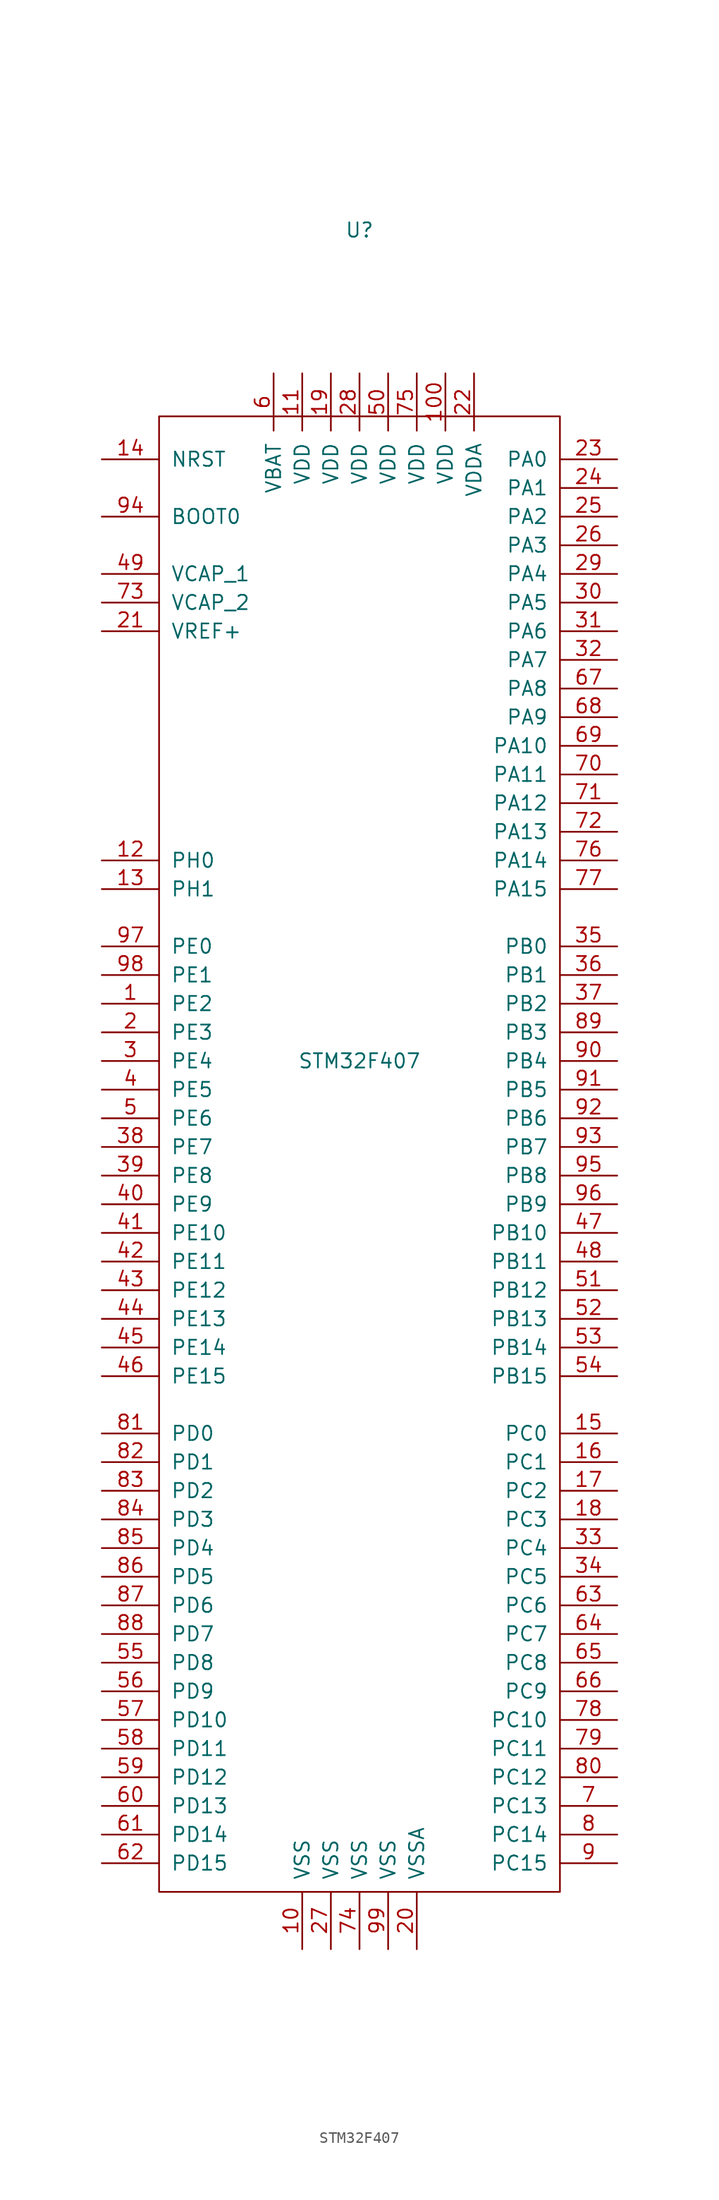
<source format=kicad_sym>
(kicad_symbol_lib
  (version 20211014)
  (generator kicad_symbol_editor)
  (symbol "STM32F407"
    (pin_names
      (offset 1.016))
    (property "Reference" "U"
      (at 0 -2.54 0)
      (effects (font (size 1.27 1.27))))
    (property "Value" "STM32F407"
      (at 0 -76.2 0)
      (effects (font (size 1.27 1.27))))
    (symbol "STM32F407_0_1"
      (rectangle (start -17.78 -19.05) (end 17.78 -149.86) (stroke (width 0) (type default) (color 0 0 0 0)) (fill (type none))))
    (symbol "STM32F407_1_1"
      (pin bidirectional line (at -22.86 -71.12 0) (length 5.08) (name "PE2" (effects (font (size 1.27 1.27)))) (number "1" (effects (font (size 1.27 1.27)))))
      (pin power_in line (at -5.08 -154.94 90) (length 5.08) (name "VSS" (effects (font (size 1.27 1.27)))) (number "10" (effects (font (size 1.27 1.27)))))
      (pin power_in line (at 7.62 -15.24 270) (length 5.08) (name "VDD" (effects (font (size 1.27 1.27)))) (number "100" (effects (font (size 1.27 1.27)))))
      (pin power_in line (at -5.08 -15.24 270) (length 5.08) (name "VDD" (effects (font (size 1.27 1.27)))) (number "11" (effects (font (size 1.27 1.27)))))
      (pin input line (at -22.86 -58.42 0) (length 5.08) (name "PH0" (effects (font (size 1.27 1.27)))) (number "12" (effects (font (size 1.27 1.27)))))
      (pin input line (at -22.86 -60.96 0) (length 5.08) (name "PH1" (effects (font (size 1.27 1.27)))) (number "13" (effects (font (size 1.27 1.27)))))
      (pin input line (at -22.86 -22.86 0) (length 5.08) (name "NRST" (effects (font (size 1.27 1.27)))) (number "14" (effects (font (size 1.27 1.27)))))
      (pin bidirectional line (at 22.86 -109.22 180) (length 5.08) (name "PC0" (effects (font (size 1.27 1.27)))) (number "15" (effects (font (size 1.27 1.27)))))
      (pin bidirectional line (at 22.86 -111.76 180) (length 5.08) (name "PC1" (effects (font (size 1.27 1.27)))) (number "16" (effects (font (size 1.27 1.27)))))
      (pin bidirectional line (at 22.86 -114.3 180) (length 5.08) (name "PC2" (effects (font (size 1.27 1.27)))) (number "17" (effects (font (size 1.27 1.27)))))
      (pin bidirectional line (at 22.86 -116.84 180) (length 5.08) (name "PC3" (effects (font (size 1.27 1.27)))) (number "18" (effects (font (size 1.27 1.27)))))
      (pin power_in line (at -2.54 -15.24 270) (length 5.08) (name "VDD" (effects (font (size 1.27 1.27)))) (number "19" (effects (font (size 1.27 1.27)))))
      (pin bidirectional line (at -22.86 -73.66 0) (length 5.08) (name "PE3" (effects (font (size 1.27 1.27)))) (number "2" (effects (font (size 1.27 1.27)))))
      (pin power_in line (at 5.08 -154.94 90) (length 5.08) (name "VSSA" (effects (font (size 1.27 1.27)))) (number "20" (effects (font (size 1.27 1.27)))))
      (pin power_in line (at -22.86 -38.1 0) (length 5.08) (name "VREF+" (effects (font (size 1.27 1.27)))) (number "21" (effects (font (size 1.27 1.27)))))
      (pin power_in line (at 10.16 -15.24 270) (length 5.08) (name "VDDA" (effects (font (size 1.27 1.27)))) (number "22" (effects (font (size 1.27 1.27)))))
      (pin bidirectional line (at 22.86 -22.86 180) (length 5.08) (name "PA0" (effects (font (size 1.27 1.27)))) (number "23" (effects (font (size 1.27 1.27)))))
      (pin bidirectional line (at 22.86 -25.4 180) (length 5.08) (name "PA1" (effects (font (size 1.27 1.27)))) (number "24" (effects (font (size 1.27 1.27)))))
      (pin bidirectional line (at 22.86 -27.94 180) (length 5.08) (name "PA2" (effects (font (size 1.27 1.27)))) (number "25" (effects (font (size 1.27 1.27)))))
      (pin bidirectional line (at 22.86 -30.48 180) (length 5.08) (name "PA3" (effects (font (size 1.27 1.27)))) (number "26" (effects (font (size 1.27 1.27)))))
      (pin power_in line (at -2.54 -154.94 90) (length 5.08) (name "VSS" (effects (font (size 1.27 1.27)))) (number "27" (effects (font (size 1.27 1.27)))))
      (pin power_in line (at 0 -15.24 270) (length 5.08) (name "VDD" (effects (font (size 1.27 1.27)))) (number "28" (effects (font (size 1.27 1.27)))))
      (pin bidirectional line (at 22.86 -33.02 180) (length 5.08) (name "PA4" (effects (font (size 1.27 1.27)))) (number "29" (effects (font (size 1.27 1.27)))))
      (pin bidirectional line (at -22.86 -76.2 0) (length 5.08) (name "PE4" (effects (font (size 1.27 1.27)))) (number "3" (effects (font (size 1.27 1.27)))))
      (pin bidirectional line (at 22.86 -35.56 180) (length 5.08) (name "PA5" (effects (font (size 1.27 1.27)))) (number "30" (effects (font (size 1.27 1.27)))))
      (pin bidirectional line (at 22.86 -38.1 180) (length 5.08) (name "PA6" (effects (font (size 1.27 1.27)))) (number "31" (effects (font (size 1.27 1.27)))))
      (pin bidirectional line (at 22.86 -40.64 180) (length 5.08) (name "PA7" (effects (font (size 1.27 1.27)))) (number "32" (effects (font (size 1.27 1.27)))))
      (pin bidirectional line (at 22.86 -119.38 180) (length 5.08) (name "PC4" (effects (font (size 1.27 1.27)))) (number "33" (effects (font (size 1.27 1.27)))))
      (pin bidirectional line (at 22.86 -121.92 180) (length 5.08) (name "PC5" (effects (font (size 1.27 1.27)))) (number "34" (effects (font (size 1.27 1.27)))))
      (pin bidirectional line (at 22.86 -66.04 180) (length 5.08) (name "PB0" (effects (font (size 1.27 1.27)))) (number "35" (effects (font (size 1.27 1.27)))))
      (pin bidirectional line (at 22.86 -68.58 180) (length 5.08) (name "PB1" (effects (font (size 1.27 1.27)))) (number "36" (effects (font (size 1.27 1.27)))))
      (pin bidirectional line (at 22.86 -71.12 180) (length 5.08) (name "PB2" (effects (font (size 1.27 1.27)))) (number "37" (effects (font (size 1.27 1.27)))))
      (pin bidirectional line (at -22.86 -83.82 0) (length 5.08) (name "PE7" (effects (font (size 1.27 1.27)))) (number "38" (effects (font (size 1.27 1.27)))))
      (pin bidirectional line (at -22.86 -86.36 0) (length 5.08) (name "PE8" (effects (font (size 1.27 1.27)))) (number "39" (effects (font (size 1.27 1.27)))))
      (pin bidirectional line (at -22.86 -78.74 0) (length 5.08) (name "PE5" (effects (font (size 1.27 1.27)))) (number "4" (effects (font (size 1.27 1.27)))))
      (pin bidirectional line (at -22.86 -88.9 0) (length 5.08) (name "PE9" (effects (font (size 1.27 1.27)))) (number "40" (effects (font (size 1.27 1.27)))))
      (pin bidirectional line (at -22.86 -91.44 0) (length 5.08) (name "PE10" (effects (font (size 1.27 1.27)))) (number "41" (effects (font (size 1.27 1.27)))))
      (pin bidirectional line (at -22.86 -93.98 0) (length 5.08) (name "PE11" (effects (font (size 1.27 1.27)))) (number "42" (effects (font (size 1.27 1.27)))))
      (pin bidirectional line (at -22.86 -96.52 0) (length 5.08) (name "PE12" (effects (font (size 1.27 1.27)))) (number "43" (effects (font (size 1.27 1.27)))))
      (pin bidirectional line (at -22.86 -99.06 0) (length 5.08) (name "PE13" (effects (font (size 1.27 1.27)))) (number "44" (effects (font (size 1.27 1.27)))))
      (pin bidirectional line (at -22.86 -101.6 0) (length 5.08) (name "PE14" (effects (font (size 1.27 1.27)))) (number "45" (effects (font (size 1.27 1.27)))))
      (pin bidirectional line (at -22.86 -104.14 0) (length 5.08) (name "PE15" (effects (font (size 1.27 1.27)))) (number "46" (effects (font (size 1.27 1.27)))))
      (pin bidirectional line (at 22.86 -91.44 180) (length 5.08) (name "PB10" (effects (font (size 1.27 1.27)))) (number "47" (effects (font (size 1.27 1.27)))))
      (pin bidirectional line (at 22.86 -93.98 180) (length 5.08) (name "PB11" (effects (font (size 1.27 1.27)))) (number "48" (effects (font (size 1.27 1.27)))))
      (pin power_in line (at -22.86 -33.02 0) (length 5.08) (name "VCAP_1" (effects (font (size 1.27 1.27)))) (number "49" (effects (font (size 1.27 1.27)))))
      (pin bidirectional line (at -22.86 -81.28 0) (length 5.08) (name "PE6" (effects (font (size 1.27 1.27)))) (number "5" (effects (font (size 1.27 1.27)))))
      (pin power_in line (at 2.54 -15.24 270) (length 5.08) (name "VDD" (effects (font (size 1.27 1.27)))) (number "50" (effects (font (size 1.27 1.27)))))
      (pin bidirectional line (at 22.86 -96.52 180) (length 5.08) (name "PB12" (effects (font (size 1.27 1.27)))) (number "51" (effects (font (size 1.27 1.27)))))
      (pin bidirectional line (at 22.86 -99.06 180) (length 5.08) (name "PB13" (effects (font (size 1.27 1.27)))) (number "52" (effects (font (size 1.27 1.27)))))
      (pin bidirectional line (at 22.86 -101.6 180) (length 5.08) (name "PB14" (effects (font (size 1.27 1.27)))) (number "53" (effects (font (size 1.27 1.27)))))
      (pin bidirectional line (at 22.86 -104.14 180) (length 5.08) (name "PB15" (effects (font (size 1.27 1.27)))) (number "54" (effects (font (size 1.27 1.27)))))
      (pin bidirectional line (at -22.86 -129.54 0) (length 5.08) (name "PD8" (effects (font (size 1.27 1.27)))) (number "55" (effects (font (size 1.27 1.27)))))
      (pin bidirectional line (at -22.86 -132.08 0) (length 5.08) (name "PD9" (effects (font (size 1.27 1.27)))) (number "56" (effects (font (size 1.27 1.27)))))
      (pin bidirectional line (at -22.86 -134.62 0) (length 5.08) (name "PD10" (effects (font (size 1.27 1.27)))) (number "57" (effects (font (size 1.27 1.27)))))
      (pin bidirectional line (at -22.86 -137.16 0) (length 5.08) (name "PD11" (effects (font (size 1.27 1.27)))) (number "58" (effects (font (size 1.27 1.27)))))
      (pin bidirectional line (at -22.86 -139.7 0) (length 5.08) (name "PD12" (effects (font (size 1.27 1.27)))) (number "59" (effects (font (size 1.27 1.27)))))
      (pin power_in line (at -7.62 -15.24 270) (length 5.08) (name "VBAT" (effects (font (size 1.27 1.27)))) (number "6" (effects (font (size 1.27 1.27)))))
      (pin bidirectional line (at -22.86 -142.24 0) (length 5.08) (name "PD13" (effects (font (size 1.27 1.27)))) (number "60" (effects (font (size 1.27 1.27)))))
      (pin bidirectional line (at -22.86 -144.78 0) (length 5.08) (name "PD14" (effects (font (size 1.27 1.27)))) (number "61" (effects (font (size 1.27 1.27)))))
      (pin bidirectional line (at -22.86 -147.32 0) (length 5.08) (name "PD15" (effects (font (size 1.27 1.27)))) (number "62" (effects (font (size 1.27 1.27)))))
      (pin bidirectional line (at 22.86 -124.46 180) (length 5.08) (name "PC6" (effects (font (size 1.27 1.27)))) (number "63" (effects (font (size 1.27 1.27)))))
      (pin bidirectional line (at 22.86 -127 180) (length 5.08) (name "PC7" (effects (font (size 1.27 1.27)))) (number "64" (effects (font (size 1.27 1.27)))))
      (pin bidirectional line (at 22.86 -129.54 180) (length 5.08) (name "PC8" (effects (font (size 1.27 1.27)))) (number "65" (effects (font (size 1.27 1.27)))))
      (pin bidirectional line (at 22.86 -132.08 180) (length 5.08) (name "PC9" (effects (font (size 1.27 1.27)))) (number "66" (effects (font (size 1.27 1.27)))))
      (pin bidirectional line (at 22.86 -43.18 180) (length 5.08) (name "PA8" (effects (font (size 1.27 1.27)))) (number "67" (effects (font (size 1.27 1.27)))))
      (pin bidirectional line (at 22.86 -45.72 180) (length 5.08) (name "PA9" (effects (font (size 1.27 1.27)))) (number "68" (effects (font (size 1.27 1.27)))))
      (pin bidirectional line (at 22.86 -48.26 180) (length 5.08) (name "PA10" (effects (font (size 1.27 1.27)))) (number "69" (effects (font (size 1.27 1.27)))))
      (pin bidirectional line (at 22.86 -142.24 180) (length 5.08) (name "PC13" (effects (font (size 1.27 1.27)))) (number "7" (effects (font (size 1.27 1.27)))))
      (pin bidirectional line (at 22.86 -50.8 180) (length 5.08) (name "PA11" (effects (font (size 1.27 1.27)))) (number "70" (effects (font (size 1.27 1.27)))))
      (pin bidirectional line (at 22.86 -53.34 180) (length 5.08) (name "PA12" (effects (font (size 1.27 1.27)))) (number "71" (effects (font (size 1.27 1.27)))))
      (pin bidirectional line (at 22.86 -55.88 180) (length 5.08) (name "PA13" (effects (font (size 1.27 1.27)))) (number "72" (effects (font (size 1.27 1.27)))))
      (pin power_in line (at -22.86 -35.56 0) (length 5.08) (name "VCAP_2" (effects (font (size 1.27 1.27)))) (number "73" (effects (font (size 1.27 1.27)))))
      (pin power_in line (at 0 -154.94 90) (length 5.08) (name "VSS" (effects (font (size 1.27 1.27)))) (number "74" (effects (font (size 1.27 1.27)))))
      (pin power_in line (at 5.08 -15.24 270) (length 5.08) (name "VDD" (effects (font (size 1.27 1.27)))) (number "75" (effects (font (size 1.27 1.27)))))
      (pin bidirectional line (at 22.86 -58.42 180) (length 5.08) (name "PA14" (effects (font (size 1.27 1.27)))) (number "76" (effects (font (size 1.27 1.27)))))
      (pin bidirectional line (at 22.86 -60.96 180) (length 5.08) (name "PA15" (effects (font (size 1.27 1.27)))) (number "77" (effects (font (size 1.27 1.27)))))
      (pin bidirectional line (at 22.86 -134.62 180) (length 5.08) (name "PC10" (effects (font (size 1.27 1.27)))) (number "78" (effects (font (size 1.27 1.27)))))
      (pin bidirectional line (at 22.86 -137.16 180) (length 5.08) (name "PC11" (effects (font (size 1.27 1.27)))) (number "79" (effects (font (size 1.27 1.27)))))
      (pin bidirectional line (at 22.86 -144.78 180) (length 5.08) (name "PC14" (effects (font (size 1.27 1.27)))) (number "8" (effects (font (size 1.27 1.27)))))
      (pin bidirectional line (at 22.86 -139.7 180) (length 5.08) (name "PC12" (effects (font (size 1.27 1.27)))) (number "80" (effects (font (size 1.27 1.27)))))
      (pin bidirectional line (at -22.86 -109.22 0) (length 5.08) (name "PD0" (effects (font (size 1.27 1.27)))) (number "81" (effects (font (size 1.27 1.27)))))
      (pin bidirectional line (at -22.86 -111.76 0) (length 5.08) (name "PD1" (effects (font (size 1.27 1.27)))) (number "82" (effects (font (size 1.27 1.27)))))
      (pin bidirectional line (at -22.86 -114.3 0) (length 5.08) (name "PD2" (effects (font (size 1.27 1.27)))) (number "83" (effects (font (size 1.27 1.27)))))
      (pin bidirectional line (at -22.86 -116.84 0) (length 5.08) (name "PD3" (effects (font (size 1.27 1.27)))) (number "84" (effects (font (size 1.27 1.27)))))
      (pin bidirectional line (at -22.86 -119.38 0) (length 5.08) (name "PD4" (effects (font (size 1.27 1.27)))) (number "85" (effects (font (size 1.27 1.27)))))
      (pin bidirectional line (at -22.86 -121.92 0) (length 5.08) (name "PD5" (effects (font (size 1.27 1.27)))) (number "86" (effects (font (size 1.27 1.27)))))
      (pin bidirectional line (at -22.86 -124.46 0) (length 5.08) (name "PD6" (effects (font (size 1.27 1.27)))) (number "87" (effects (font (size 1.27 1.27)))))
      (pin bidirectional line (at -22.86 -127 0) (length 5.08) (name "PD7" (effects (font (size 1.27 1.27)))) (number "88" (effects (font (size 1.27 1.27)))))
      (pin bidirectional line (at 22.86 -73.66 180) (length 5.08) (name "PB3" (effects (font (size 1.27 1.27)))) (number "89" (effects (font (size 1.27 1.27)))))
      (pin bidirectional line (at 22.86 -147.32 180) (length 5.08) (name "PC15" (effects (font (size 1.27 1.27)))) (number "9" (effects (font (size 1.27 1.27)))))
      (pin bidirectional line (at 22.86 -76.2 180) (length 5.08) (name "PB4" (effects (font (size 1.27 1.27)))) (number "90" (effects (font (size 1.27 1.27)))))
      (pin bidirectional line (at 22.86 -78.74 180) (length 5.08) (name "PB5" (effects (font (size 1.27 1.27)))) (number "91" (effects (font (size 1.27 1.27)))))
      (pin bidirectional line (at 22.86 -81.28 180) (length 5.08) (name "PB6" (effects (font (size 1.27 1.27)))) (number "92" (effects (font (size 1.27 1.27)))))
      (pin bidirectional line (at 22.86 -83.82 180) (length 5.08) (name "PB7" (effects (font (size 1.27 1.27)))) (number "93" (effects (font (size 1.27 1.27)))))
      (pin input line (at -22.86 -27.94 0) (length 5.08) (name "BOOT0" (effects (font (size 1.27 1.27)))) (number "94" (effects (font (size 1.27 1.27)))))
      (pin bidirectional line (at 22.86 -86.36 180) (length 5.08) (name "PB8" (effects (font (size 1.27 1.27)))) (number "95" (effects (font (size 1.27 1.27)))))
      (pin bidirectional line (at 22.86 -88.9 180) (length 5.08) (name "PB9" (effects (font (size 1.27 1.27)))) (number "96" (effects (font (size 1.27 1.27)))))
      (pin bidirectional line (at -22.86 -66.04 0) (length 5.08) (name "PE0" (effects (font (size 1.27 1.27)))) (number "97" (effects (font (size 1.27 1.27)))))
      (pin bidirectional line (at -22.86 -68.58 0) (length 5.08) (name "PE1" (effects (font (size 1.27 1.27)))) (number "98" (effects (font (size 1.27 1.27)))))
      (pin power_in line (at 2.54 -154.94 90) (length 5.08) (name "VSS" (effects (font (size 1.27 1.27)))) (number "99" (effects (font (size 1.27 1.27))))))))
</source>
